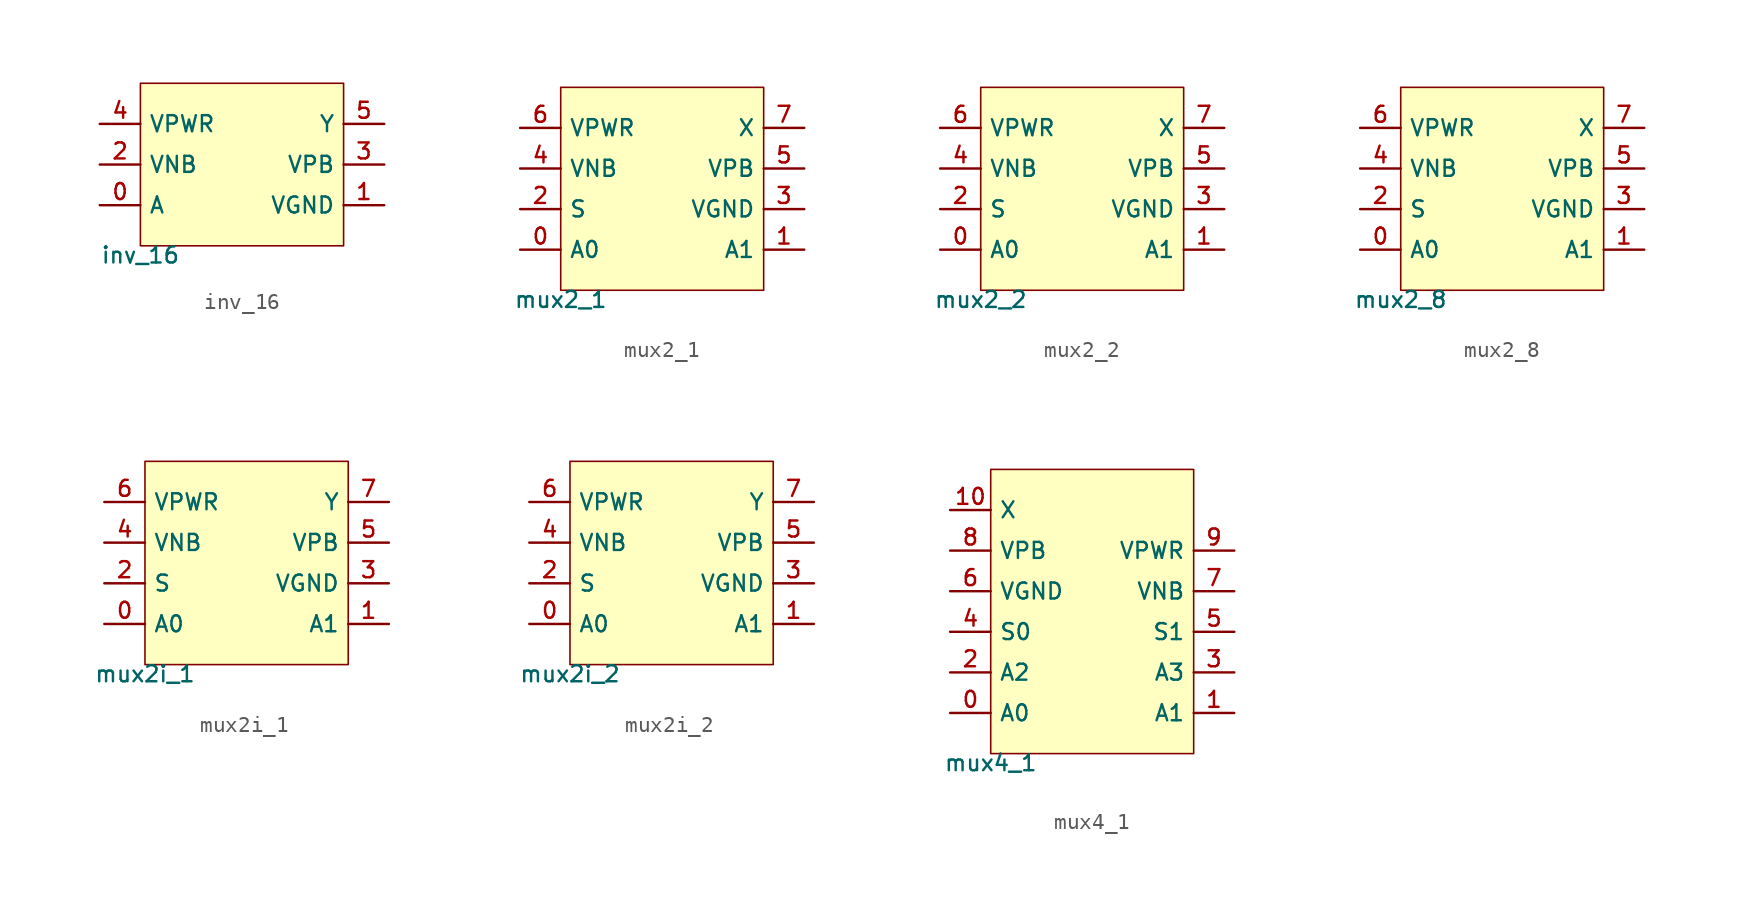
<source format=kicad_sym>
(kicad_symbol_lib
  (version 20211014)
  (generator pdk2kicad)
  (symbol "inv_16"
    (property "Reference" "X"
      (at 0 0 0)
      (effects (font (size 1 1)) hide))
    (property "Value" "inv_16"
      (at -6.35 -5.08 0)
      (effects (font (size 1 1)) (justify top)))
    (rectangle
      (start -6.35 -5.08)
      (end 6.35 5.08)
      (stroke (width 0.1) (type solid) (color 0 0 0 0))
      (fill (type background)))
    (pin bidirectional line
      (at -8.89 -2.54 0)
      (length 2.54)
      (name "A" (effects (font (size 1 1)) hide))
      (number "0" (effects (font (size 1 1)) hide)))
    (pin bidirectional line
      (at 8.89 -2.54 180)
      (length 2.54)
      (name "VGND" (effects (font (size 1 1)) hide))
      (number "1" (effects (font (size 1 1)) hide)))
    (pin bidirectional line
      (at -8.89 0.0 0)
      (length 2.54)
      (name "VNB" (effects (font (size 1 1)) hide))
      (number "2" (effects (font (size 1 1)) hide)))
    (pin bidirectional line
      (at 8.89 0.0 180)
      (length 2.54)
      (name "VPB" (effects (font (size 1 1)) hide))
      (number "3" (effects (font (size 1 1)) hide)))
    (pin bidirectional line
      (at -8.89 2.54 0)
      (length 2.54)
      (name "VPWR" (effects (font (size 1 1)) hide))
      (number "4" (effects (font (size 1 1)) hide)))
    (pin bidirectional line
      (at 8.89 2.54 180)
      (length 2.54)
      (name "Y" (effects (font (size 1 1)) hide))
      (number "5" (effects (font (size 1 1)) hide))))
  (symbol "mux2_1"
    (property "Reference" "X"
      (at 0 0 0)
      (effects (font (size 1 1)) hide))
    (property "Value" "mux2_1"
      (at -6.35 -6.35 0)
      (effects (font (size 1 1)) (justify top)))
    (rectangle
      (start -6.35 -6.35)
      (end 6.35 6.35)
      (stroke (width 0.1) (type solid) (color 0 0 0 0))
      (fill (type background)))
    (pin bidirectional line
      (at -8.89 -3.81 0)
      (length 2.54)
      (name "A0" (effects (font (size 1 1)) hide))
      (number "0" (effects (font (size 1 1)) hide)))
    (pin bidirectional line
      (at 8.89 -3.81 180)
      (length 2.54)
      (name "A1" (effects (font (size 1 1)) hide))
      (number "1" (effects (font (size 1 1)) hide)))
    (pin bidirectional line
      (at -8.89 -1.27 0)
      (length 2.54)
      (name "S" (effects (font (size 1 1)) hide))
      (number "2" (effects (font (size 1 1)) hide)))
    (pin bidirectional line
      (at 8.89 -1.27 180)
      (length 2.54)
      (name "VGND" (effects (font (size 1 1)) hide))
      (number "3" (effects (font (size 1 1)) hide)))
    (pin bidirectional line
      (at -8.89 1.27 0)
      (length 2.54)
      (name "VNB" (effects (font (size 1 1)) hide))
      (number "4" (effects (font (size 1 1)) hide)))
    (pin bidirectional line
      (at 8.89 1.27 180)
      (length 2.54)
      (name "VPB" (effects (font (size 1 1)) hide))
      (number "5" (effects (font (size 1 1)) hide)))
    (pin bidirectional line
      (at -8.89 3.81 0)
      (length 2.54)
      (name "VPWR" (effects (font (size 1 1)) hide))
      (number "6" (effects (font (size 1 1)) hide)))
    (pin bidirectional line
      (at 8.89 3.81 180)
      (length 2.54)
      (name "X" (effects (font (size 1 1)) hide))
      (number "7" (effects (font (size 1 1)) hide))))
  (symbol "mux2_2"
    (property "Reference" "X"
      (at 0 0 0)
      (effects (font (size 1 1)) hide))
    (property "Value" "mux2_2"
      (at -6.35 -6.35 0)
      (effects (font (size 1 1)) (justify top)))
    (rectangle
      (start -6.35 -6.35)
      (end 6.35 6.35)
      (stroke (width 0.1) (type solid) (color 0 0 0 0))
      (fill (type background)))
    (pin bidirectional line
      (at -8.89 -3.81 0)
      (length 2.54)
      (name "A0" (effects (font (size 1 1)) hide))
      (number "0" (effects (font (size 1 1)) hide)))
    (pin bidirectional line
      (at 8.89 -3.81 180)
      (length 2.54)
      (name "A1" (effects (font (size 1 1)) hide))
      (number "1" (effects (font (size 1 1)) hide)))
    (pin bidirectional line
      (at -8.89 -1.27 0)
      (length 2.54)
      (name "S" (effects (font (size 1 1)) hide))
      (number "2" (effects (font (size 1 1)) hide)))
    (pin bidirectional line
      (at 8.89 -1.27 180)
      (length 2.54)
      (name "VGND" (effects (font (size 1 1)) hide))
      (number "3" (effects (font (size 1 1)) hide)))
    (pin bidirectional line
      (at -8.89 1.27 0)
      (length 2.54)
      (name "VNB" (effects (font (size 1 1)) hide))
      (number "4" (effects (font (size 1 1)) hide)))
    (pin bidirectional line
      (at 8.89 1.27 180)
      (length 2.54)
      (name "VPB" (effects (font (size 1 1)) hide))
      (number "5" (effects (font (size 1 1)) hide)))
    (pin bidirectional line
      (at -8.89 3.81 0)
      (length 2.54)
      (name "VPWR" (effects (font (size 1 1)) hide))
      (number "6" (effects (font (size 1 1)) hide)))
    (pin bidirectional line
      (at 8.89 3.81 180)
      (length 2.54)
      (name "X" (effects (font (size 1 1)) hide))
      (number "7" (effects (font (size 1 1)) hide))))
  (symbol "mux2_8"
    (property "Reference" "X"
      (at 0 0 0)
      (effects (font (size 1 1)) hide))
    (property "Value" "mux2_8"
      (at -6.35 -6.35 0)
      (effects (font (size 1 1)) (justify top)))
    (rectangle
      (start -6.35 -6.35)
      (end 6.35 6.35)
      (stroke (width 0.1) (type solid) (color 0 0 0 0))
      (fill (type background)))
    (pin bidirectional line
      (at -8.89 -3.81 0)
      (length 2.54)
      (name "A0" (effects (font (size 1 1)) hide))
      (number "0" (effects (font (size 1 1)) hide)))
    (pin bidirectional line
      (at 8.89 -3.81 180)
      (length 2.54)
      (name "A1" (effects (font (size 1 1)) hide))
      (number "1" (effects (font (size 1 1)) hide)))
    (pin bidirectional line
      (at -8.89 -1.27 0)
      (length 2.54)
      (name "S" (effects (font (size 1 1)) hide))
      (number "2" (effects (font (size 1 1)) hide)))
    (pin bidirectional line
      (at 8.89 -1.27 180)
      (length 2.54)
      (name "VGND" (effects (font (size 1 1)) hide))
      (number "3" (effects (font (size 1 1)) hide)))
    (pin bidirectional line
      (at -8.89 1.27 0)
      (length 2.54)
      (name "VNB" (effects (font (size 1 1)) hide))
      (number "4" (effects (font (size 1 1)) hide)))
    (pin bidirectional line
      (at 8.89 1.27 180)
      (length 2.54)
      (name "VPB" (effects (font (size 1 1)) hide))
      (number "5" (effects (font (size 1 1)) hide)))
    (pin bidirectional line
      (at -8.89 3.81 0)
      (length 2.54)
      (name "VPWR" (effects (font (size 1 1)) hide))
      (number "6" (effects (font (size 1 1)) hide)))
    (pin bidirectional line
      (at 8.89 3.81 180)
      (length 2.54)
      (name "X" (effects (font (size 1 1)) hide))
      (number "7" (effects (font (size 1 1)) hide))))
  (symbol "mux2i_1"
    (property "Reference" "X"
      (at 0 0 0)
      (effects (font (size 1 1)) hide))
    (property "Value" "mux2i_1"
      (at -6.35 -6.35 0)
      (effects (font (size 1 1)) (justify top)))
    (rectangle
      (start -6.35 -6.35)
      (end 6.35 6.35)
      (stroke (width 0.1) (type solid) (color 0 0 0 0))
      (fill (type background)))
    (pin bidirectional line
      (at -8.89 -3.81 0)
      (length 2.54)
      (name "A0" (effects (font (size 1 1)) hide))
      (number "0" (effects (font (size 1 1)) hide)))
    (pin bidirectional line
      (at 8.89 -3.81 180)
      (length 2.54)
      (name "A1" (effects (font (size 1 1)) hide))
      (number "1" (effects (font (size 1 1)) hide)))
    (pin bidirectional line
      (at -8.89 -1.27 0)
      (length 2.54)
      (name "S" (effects (font (size 1 1)) hide))
      (number "2" (effects (font (size 1 1)) hide)))
    (pin bidirectional line
      (at 8.89 -1.27 180)
      (length 2.54)
      (name "VGND" (effects (font (size 1 1)) hide))
      (number "3" (effects (font (size 1 1)) hide)))
    (pin bidirectional line
      (at -8.89 1.27 0)
      (length 2.54)
      (name "VNB" (effects (font (size 1 1)) hide))
      (number "4" (effects (font (size 1 1)) hide)))
    (pin bidirectional line
      (at 8.89 1.27 180)
      (length 2.54)
      (name "VPB" (effects (font (size 1 1)) hide))
      (number "5" (effects (font (size 1 1)) hide)))
    (pin bidirectional line
      (at -8.89 3.81 0)
      (length 2.54)
      (name "VPWR" (effects (font (size 1 1)) hide))
      (number "6" (effects (font (size 1 1)) hide)))
    (pin bidirectional line
      (at 8.89 3.81 180)
      (length 2.54)
      (name "Y" (effects (font (size 1 1)) hide))
      (number "7" (effects (font (size 1 1)) hide))))
  (symbol "mux2i_2"
    (property "Reference" "X"
      (at 0 0 0)
      (effects (font (size 1 1)) hide))
    (property "Value" "mux2i_2"
      (at -6.35 -6.35 0)
      (effects (font (size 1 1)) (justify top)))
    (rectangle
      (start -6.35 -6.35)
      (end 6.35 6.35)
      (stroke (width 0.1) (type solid) (color 0 0 0 0))
      (fill (type background)))
    (pin bidirectional line
      (at -8.89 -3.81 0)
      (length 2.54)
      (name "A0" (effects (font (size 1 1)) hide))
      (number "0" (effects (font (size 1 1)) hide)))
    (pin bidirectional line
      (at 8.89 -3.81 180)
      (length 2.54)
      (name "A1" (effects (font (size 1 1)) hide))
      (number "1" (effects (font (size 1 1)) hide)))
    (pin bidirectional line
      (at -8.89 -1.27 0)
      (length 2.54)
      (name "S" (effects (font (size 1 1)) hide))
      (number "2" (effects (font (size 1 1)) hide)))
    (pin bidirectional line
      (at 8.89 -1.27 180)
      (length 2.54)
      (name "VGND" (effects (font (size 1 1)) hide))
      (number "3" (effects (font (size 1 1)) hide)))
    (pin bidirectional line
      (at -8.89 1.27 0)
      (length 2.54)
      (name "VNB" (effects (font (size 1 1)) hide))
      (number "4" (effects (font (size 1 1)) hide)))
    (pin bidirectional line
      (at 8.89 1.27 180)
      (length 2.54)
      (name "VPB" (effects (font (size 1 1)) hide))
      (number "5" (effects (font (size 1 1)) hide)))
    (pin bidirectional line
      (at -8.89 3.81 0)
      (length 2.54)
      (name "VPWR" (effects (font (size 1 1)) hide))
      (number "6" (effects (font (size 1 1)) hide)))
    (pin bidirectional line
      (at 8.89 3.81 180)
      (length 2.54)
      (name "Y" (effects (font (size 1 1)) hide))
      (number "7" (effects (font (size 1 1)) hide))))
  (symbol "mux4_1"
    (property "Reference" "X"
      (at 0 0 0)
      (effects (font (size 1 1)) hide))
    (property "Value" "mux4_1"
      (at -6.35 -8.89 0)
      (effects (font (size 1 1)) (justify top)))
    (rectangle
      (start -6.35 -8.89)
      (end 6.35 8.89)
      (stroke (width 0.1) (type solid) (color 0 0 0 0))
      (fill (type background)))
    (pin bidirectional line
      (at -8.89 -6.35 0)
      (length 2.54)
      (name "A0" (effects (font (size 1 1)) hide))
      (number "0" (effects (font (size 1 1)) hide)))
    (pin bidirectional line
      (at 8.89 -6.35 180)
      (length 2.54)
      (name "A1" (effects (font (size 1 1)) hide))
      (number "1" (effects (font (size 1 1)) hide)))
    (pin bidirectional line
      (at -8.89 -3.81 0)
      (length 2.54)
      (name "A2" (effects (font (size 1 1)) hide))
      (number "2" (effects (font (size 1 1)) hide)))
    (pin bidirectional line
      (at 8.89 -3.81 180)
      (length 2.54)
      (name "A3" (effects (font (size 1 1)) hide))
      (number "3" (effects (font (size 1 1)) hide)))
    (pin bidirectional line
      (at -8.89 -1.27 0)
      (length 2.54)
      (name "S0" (effects (font (size 1 1)) hide))
      (number "4" (effects (font (size 1 1)) hide)))
    (pin bidirectional line
      (at 8.89 -1.27 180)
      (length 2.54)
      (name "S1" (effects (font (size 1 1)) hide))
      (number "5" (effects (font (size 1 1)) hide)))
    (pin bidirectional line
      (at -8.89 1.27 0)
      (length 2.54)
      (name "VGND" (effects (font (size 1 1)) hide))
      (number "6" (effects (font (size 1 1)) hide)))
    (pin bidirectional line
      (at 8.89 1.27 180)
      (length 2.54)
      (name "VNB" (effects (font (size 1 1)) hide))
      (number "7" (effects (font (size 1 1)) hide)))
    (pin bidirectional line
      (at -8.89 3.81 0)
      (length 2.54)
      (name "VPB" (effects (font (size 1 1)) hide))
      (number "8" (effects (font (size 1 1)) hide)))
    (pin bidirectional line
      (at 8.89 3.81 180)
      (length 2.54)
      (name "VPWR" (effects (font (size 1 1)) hide))
      (number "9" (effects (font (size 1 1)) hide)))
    (pin bidirectional line
      (at -8.89 6.35 0)
      (length 2.54)
      (name "X" (effects (font (size 1 1)) hide))
      (number "10" (effects (font (size 1 1)) hide)))))
</source>
